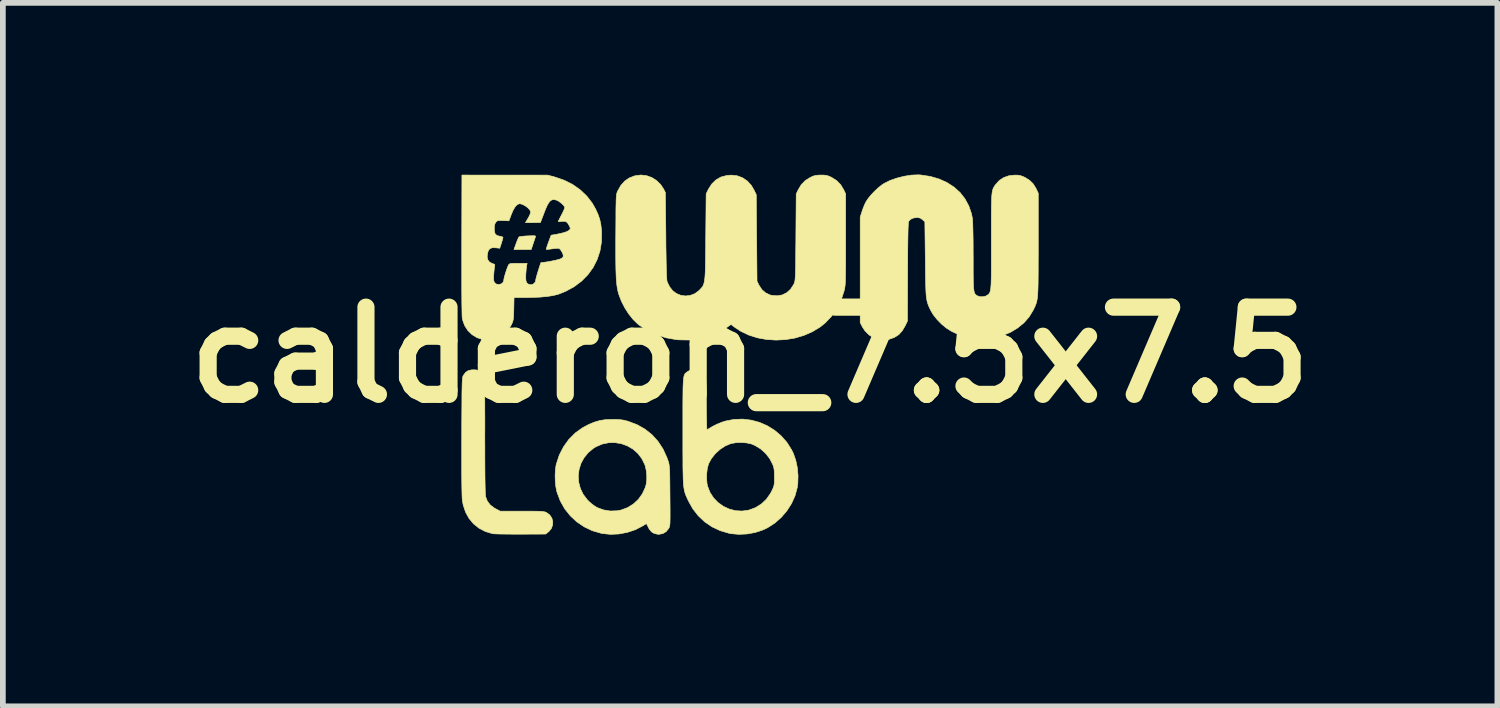
<source format=kicad_pcb>
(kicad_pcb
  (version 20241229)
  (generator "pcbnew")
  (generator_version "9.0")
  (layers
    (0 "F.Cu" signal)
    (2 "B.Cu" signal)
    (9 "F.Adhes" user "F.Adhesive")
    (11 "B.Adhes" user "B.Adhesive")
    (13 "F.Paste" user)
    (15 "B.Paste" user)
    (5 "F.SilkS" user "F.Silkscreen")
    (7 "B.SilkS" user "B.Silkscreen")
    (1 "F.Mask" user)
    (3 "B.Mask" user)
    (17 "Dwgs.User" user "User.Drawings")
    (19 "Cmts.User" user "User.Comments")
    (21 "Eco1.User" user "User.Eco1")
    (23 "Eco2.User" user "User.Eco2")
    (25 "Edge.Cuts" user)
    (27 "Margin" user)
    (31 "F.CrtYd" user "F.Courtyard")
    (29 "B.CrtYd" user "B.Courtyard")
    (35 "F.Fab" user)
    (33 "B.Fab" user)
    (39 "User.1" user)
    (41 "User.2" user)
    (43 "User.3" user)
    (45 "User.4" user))
  (footprint "calderon_7.5x7.5"
    (layer "F.Cu")
    (at 10.058 3.152)
    (property "Reference" "calderon_7.5x7.5" (at 0 0 0) (layer "F.SilkS") (effects (font (size 1.524 1.524) (thickness 0.3))))
    (attr through_hole)
    (fp_poly (pts (xy -3.758 -2.08) (xy -3.749 -2.075) (xy -3.749 -2.069) (xy -3.756 -2.049) (xy -3.768 -2.012) (xy -3.784 -1.965) (xy -3.79 -1.946) (xy -3.825 -1.841) (xy -4.127 -1.841) (xy -4.089 -1.946) (xy -4.071 -1.994) (xy -4.054 -2.034) (xy -4.042 -2.058) (xy -4.04 -2.061) (xy -4.023 -2.067) (xy -3.986 -2.072) (xy -3.936 -2.077) (xy -3.885 -2.08) (xy -3.822 -2.082) (xy -3.781 -2.083) (xy -3.758 -2.08)) (stroke (width 0.01) (type solid)) (fill yes) (layer "F.SilkS"))
    (fp_poly (pts (xy -4.782 0.263) (xy -4.744 0.273) (xy -4.716 0.289) (xy -4.702 0.299) (xy -4.689 0.308) (xy -4.679 0.318) (xy -4.669 0.331) (xy -4.661 0.348) (xy -4.655 0.371) (xy -4.65 0.401) (xy -4.645 0.441) (xy -4.642 0.492) (xy -4.639 0.556) (xy -4.638 0.634) (xy -4.637 0.728) (xy -4.636 0.84) (xy -4.636 0.971) (xy -4.635 1.124) (xy -4.635 1.299) (xy -4.636 1.408) (xy -4.635 1.625) (xy -4.635 1.817) (xy -4.634 1.985) (xy -4.633 2.127) (xy -4.631 2.246) (xy -4.629 2.34) (xy -4.627 2.41) (xy -4.624 2.456) (xy -4.622 2.476) (xy -4.592 2.555) (xy -4.54 2.623) (xy -4.466 2.678) (xy -4.446 2.689) (xy -4.367 2.731) (xy -3.986 2.731) (xy -3.877 2.731) (xy -3.791 2.731) (xy -3.723 2.732) (xy -3.672 2.733) (xy -3.634 2.736) (xy -3.606 2.739) (xy -3.585 2.744) (xy -3.569 2.75) (xy -3.555 2.756) (xy -3.501 2.797) (xy -3.465 2.85) (xy -3.448 2.91) (xy -3.451 2.973) (xy -3.473 3.034) (xy -3.516 3.086) (xy -3.528 3.096) (xy -3.573 3.131) (xy -4.012 3.133) (xy -4.118 3.133) (xy -4.217 3.132) (xy -4.307 3.131) (xy -4.384 3.13) (xy -4.445 3.128) (xy -4.486 3.126) (xy -4.502 3.124) (xy -4.627 3.086) (xy -4.738 3.028) (xy -4.834 2.951) (xy -4.913 2.856) (xy -4.973 2.746) (xy -5.014 2.621) (xy -5.029 2.54) (xy -5.032 2.504) (xy -5.034 2.447) (xy -5.036 2.366) (xy -5.038 2.263) (xy -5.039 2.137) (xy -5.04 1.986) (xy -5.04 1.812) (xy -5.04 1.613) (xy -5.039 1.416) (xy -5.039 1.232) (xy -5.038 1.071) (xy -5.037 0.932) (xy -5.036 0.813) (xy -5.036 0.713) (xy -5.035 0.63) (xy -5.033 0.562) (xy -5.032 0.507) (xy -5.03 0.465) (xy -5.028 0.432) (xy -5.025 0.407) (xy -5.023 0.389) (xy -5.019 0.376) (xy -5.015 0.366) (xy -5.011 0.358) (xy -5.01 0.357) (xy -4.972 0.306) (xy -4.927 0.275) (xy -4.87 0.262) (xy -4.835 0.26) (xy -4.782 0.263)) (stroke (width 0.01) (type solid)) (fill yes) (layer "F.SilkS"))
    (fp_poly (pts (xy -2.318 1.128) (xy -2.259 1.133) (xy -2.206 1.141) (xy -2.15 1.155) (xy -2.127 1.162) (xy -1.974 1.22) (xy -1.836 1.298) (xy -1.714 1.395) (xy -1.609 1.511) (xy -1.521 1.646) (xy -1.452 1.797) (xy -1.434 1.848) (xy -1.426 1.871) (xy -1.42 1.893) (xy -1.416 1.916) (xy -1.412 1.945) (xy -1.409 1.981) (xy -1.406 2.026) (xy -1.404 2.085) (xy -1.403 2.158) (xy -1.402 2.25) (xy -1.401 2.362) (xy -1.4 2.461) (xy -1.399 2.59) (xy -1.398 2.696) (xy -1.398 2.782) (xy -1.398 2.85) (xy -1.399 2.902) (xy -1.4 2.942) (xy -1.403 2.971) (xy -1.406 2.992) (xy -1.411 3.008) (xy -1.416 3.021) (xy -1.423 3.034) (xy -1.423 3.034) (xy -1.467 3.088) (xy -1.525 3.123) (xy -1.593 3.135) (xy -1.615 3.134) (xy -1.677 3.12) (xy -1.724 3.091) (xy -1.763 3.043) (xy -1.778 3.013) (xy -1.811 2.948) (xy -1.874 2.987) (xy -2.003 3.054) (xy -2.143 3.101) (xy -2.29 3.129) (xy -2.438 3.136) (xy -2.581 3.122) (xy -2.603 3.117) (xy -2.758 3.072) (xy -2.9 3.004) (xy -3.029 2.917) (xy -3.142 2.812) (xy -3.239 2.69) (xy -3.316 2.554) (xy -3.373 2.404) (xy -3.38 2.377) (xy -3.396 2.295) (xy -3.405 2.199) (xy -3.407 2.114) (xy -3.002 2.114) (xy -2.995 2.225) (xy -2.966 2.334) (xy -2.917 2.436) (xy -2.846 2.53) (xy -2.815 2.562) (xy -2.769 2.602) (xy -2.721 2.638) (xy -2.679 2.664) (xy -2.672 2.668) (xy -2.56 2.709) (xy -2.442 2.728) (xy -2.324 2.724) (xy -2.255 2.711) (xy -2.142 2.669) (xy -2.041 2.606) (xy -1.953 2.525) (xy -1.883 2.428) (xy -1.833 2.32) (xy -1.816 2.262) (xy -1.806 2.188) (xy -1.806 2.101) (xy -1.816 2.013) (xy -1.834 1.934) (xy -1.841 1.915) (xy -1.894 1.809) (xy -1.964 1.719) (xy -2.049 1.645) (xy -2.146 1.589) (xy -2.251 1.551) (xy -2.361 1.533) (xy -2.473 1.535) (xy -2.584 1.558) (xy -2.692 1.604) (xy -2.736 1.631) (xy -2.829 1.708) (xy -2.902 1.798) (xy -2.956 1.897) (xy -2.989 2.004) (xy -3.002 2.114) (xy -3.407 2.114) (xy -3.407 2.099) (xy -3.402 2.004) (xy -3.39 1.922) (xy -3.386 1.907) (xy -3.333 1.747) (xy -3.259 1.604) (xy -3.167 1.476) (xy -3.056 1.365) (xy -2.928 1.273) (xy -2.817 1.214) (xy -2.719 1.174) (xy -2.627 1.147) (xy -2.532 1.132) (xy -2.424 1.127) (xy -2.394 1.127) (xy -2.318 1.128)) (stroke (width 0.01) (type solid)) (fill yes) (layer "F.SilkS"))
    (fp_poly (pts (xy -0.92 0.263) (xy -0.882 0.274) (xy -0.854 0.29) (xy -0.833 0.306) (xy -0.815 0.321) (xy -0.801 0.338) (xy -0.79 0.36) (xy -0.782 0.39) (xy -0.776 0.429) (xy -0.772 0.481) (xy -0.769 0.549) (xy -0.767 0.634) (xy -0.765 0.74) (xy -0.764 0.854) (xy -0.763 0.959) (xy -0.762 1.055) (xy -0.76 1.139) (xy -0.759 1.21) (xy -0.757 1.263) (xy -0.755 1.297) (xy -0.754 1.308) (xy -0.74 1.302) (xy -0.715 1.285) (xy -0.713 1.284) (xy -0.653 1.248) (xy -0.578 1.211) (xy -0.498 1.178) (xy -0.431 1.156) (xy -0.28 1.127) (xy -0.129 1.122) (xy 0.02 1.14) (xy 0.165 1.179) (xy 0.302 1.239) (xy 0.429 1.318) (xy 0.543 1.415) (xy 0.643 1.528) (xy 0.725 1.658) (xy 0.756 1.721) (xy 0.798 1.841) (xy 0.826 1.974) (xy 0.838 2.112) (xy 0.834 2.247) (xy 0.824 2.319) (xy 0.786 2.46) (xy 0.725 2.596) (xy 0.644 2.723) (xy 0.546 2.838) (xy 0.433 2.938) (xy 0.308 3.019) (xy 0.224 3.059) (xy 0.091 3.103) (xy -0.052 3.129) (xy -0.195 3.136) (xy -0.333 3.124) (xy -0.368 3.117) (xy -0.522 3.072) (xy -0.665 3.005) (xy -0.794 2.917) (xy -0.907 2.81) (xy -1.003 2.686) (xy -1.077 2.553) (xy -1.095 2.515) (xy -1.11 2.481) (xy -1.124 2.45) (xy -1.135 2.418) (xy -1.145 2.386) (xy -1.152 2.349) (xy -1.159 2.307) (xy -1.164 2.257) (xy -1.168 2.198) (xy -1.169 2.165) (xy -0.76 2.165) (xy -0.752 2.253) (xy -0.743 2.294) (xy -0.701 2.402) (xy -0.639 2.498) (xy -0.561 2.579) (xy -0.469 2.645) (xy -0.366 2.693) (xy -0.256 2.722) (xy -0.142 2.729) (xy -0.027 2.713) (xy -0.022 2.712) (xy 0.095 2.669) (xy 0.198 2.604) (xy 0.286 2.521) (xy 0.358 2.418) (xy 0.378 2.379) (xy 0.399 2.335) (xy 0.412 2.301) (xy 0.42 2.268) (xy 0.424 2.23) (xy 0.425 2.18) (xy 0.425 2.134) (xy 0.424 2.064) (xy 0.421 2.013) (xy 0.415 1.973) (xy 0.404 1.936) (xy 0.395 1.914) (xy 0.342 1.811) (xy 0.269 1.719) (xy 0.182 1.641) (xy 0.084 1.582) (xy 0.019 1.555) (xy -0.061 1.538) (xy -0.153 1.531) (xy -0.246 1.534) (xy -0.33 1.549) (xy -0.345 1.553) (xy -0.438 1.593) (xy -0.527 1.652) (xy -0.608 1.726) (xy -0.675 1.81) (xy -0.723 1.898) (xy -0.726 1.904) (xy -0.747 1.981) (xy -0.758 2.071) (xy -0.76 2.165) (xy -1.169 2.165) (xy -1.17 2.128) (xy -1.172 2.044) (xy -1.174 1.944) (xy -1.174 1.827) (xy -1.175 1.691) (xy -1.175 1.533) (xy -1.175 1.353) (xy -1.175 1.333) (xy -1.175 1.152) (xy -1.175 0.995) (xy -1.175 0.86) (xy -1.174 0.744) (xy -1.173 0.647) (xy -1.172 0.567) (xy -1.169 0.501) (xy -1.166 0.449) (xy -1.162 0.408) (xy -1.156 0.376) (xy -1.15 0.353) (xy -1.141 0.335) (xy -1.132 0.322) (xy -1.12 0.312) (xy -1.106 0.302) (xy -1.091 0.291) (xy -1.089 0.29) (xy -1.056 0.271) (xy -1.017 0.262) (xy -0.972 0.26) (xy -0.92 0.263)) (stroke (width 0.01) (type solid)) (fill yes) (layer "F.SilkS"))
    (fp_poly (pts (xy 2.984 -3.144) (xy 3.15 -3.119) (xy 3.303 -3.074) (xy 3.441 -3.012) (xy 3.563 -2.933) (xy 3.669 -2.838) (xy 3.755 -2.728) (xy 3.822 -2.604) (xy 3.869 -2.468) (xy 3.886 -2.379) (xy 3.889 -2.348) (xy 3.891 -2.295) (xy 3.893 -2.223) (xy 3.895 -2.134) (xy 3.897 -2.032) (xy 3.898 -1.92) (xy 3.898 -1.801) (xy 3.899 -1.711) (xy 3.899 -1.568) (xy 3.899 -1.449) (xy 3.9 -1.351) (xy 3.901 -1.271) (xy 3.904 -1.208) (xy 3.907 -1.159) (xy 3.912 -1.122) (xy 3.918 -1.094) (xy 3.926 -1.074) (xy 3.936 -1.06) (xy 3.948 -1.048) (xy 3.963 -1.037) (xy 3.965 -1.036) (xy 4.007 -1.019) (xy 4.059 -1.016) (xy 4.111 -1.025) (xy 4.146 -1.044) (xy 4.16 -1.054) (xy 4.172 -1.065) (xy 4.182 -1.077) (xy 4.19 -1.093) (xy 4.197 -1.115) (xy 4.203 -1.144) (xy 4.207 -1.181) (xy 4.211 -1.23) (xy 4.213 -1.292) (xy 4.215 -1.369) (xy 4.216 -1.462) (xy 4.216 -1.574) (xy 4.216 -1.706) (xy 4.216 -1.86) (xy 4.216 -1.986) (xy 4.216 -2.157) (xy 4.216 -2.304) (xy 4.216 -2.43) (xy 4.217 -2.536) (xy 4.218 -2.625) (xy 4.22 -2.699) (xy 4.222 -2.758) (xy 4.226 -2.806) (xy 4.231 -2.844) (xy 4.237 -2.875) (xy 4.244 -2.899) (xy 4.253 -2.92) (xy 4.264 -2.939) (xy 4.276 -2.958) (xy 4.288 -2.974) (xy 4.353 -3.047) (xy 4.434 -3.1) (xy 4.527 -3.132) (xy 4.623 -3.142) (xy 4.679 -3.141) (xy 4.722 -3.134) (xy 4.765 -3.119) (xy 4.803 -3.102) (xy 4.882 -3.053) (xy 4.944 -2.993) (xy 4.993 -2.916) (xy 5.003 -2.896) (xy 5.036 -2.826) (xy 5.036 -1.93) (xy 5.036 -1.751) (xy 5.035 -1.595) (xy 5.035 -1.461) (xy 5.034 -1.345) (xy 5.033 -1.248) (xy 5.031 -1.166) (xy 5.028 -1.098) (xy 5.025 -1.041) (xy 5.02 -0.993) (xy 5.013 -0.954) (xy 5.006 -0.92) (xy 4.996 -0.89) (xy 4.985 -0.861) (xy 4.972 -0.832) (xy 4.957 -0.801) (xy 4.947 -0.781) (xy 4.876 -0.664) (xy 4.785 -0.56) (xy 4.676 -0.471) (xy 4.552 -0.396) (xy 4.415 -0.339) (xy 4.269 -0.3) (xy 4.115 -0.281) (xy 4.051 -0.28) (xy 3.898 -0.289) (xy 3.752 -0.32) (xy 3.606 -0.372) (xy 3.524 -0.41) (xy 3.435 -0.465) (xy 3.347 -0.537) (xy 3.267 -0.619) (xy 3.199 -0.705) (xy 3.158 -0.775) (xy 3.139 -0.814) (xy 3.123 -0.849) (xy 3.11 -0.882) (xy 3.099 -0.915) (xy 3.09 -0.952) (xy 3.083 -0.995) (xy 3.077 -1.045) (xy 3.073 -1.106) (xy 3.07 -1.18) (xy 3.067 -1.27) (xy 3.065 -1.377) (xy 3.064 -1.504) (xy 3.062 -1.654) (xy 3.062 -1.674) (xy 3.054 -2.326) (xy 3.013 -2.363) (xy 2.977 -2.389) (xy 2.939 -2.399) (xy 2.913 -2.4) (xy 2.853 -2.392) (xy 2.804 -2.369) (xy 2.771 -2.334) (xy 2.77 -2.331) (xy 2.767 -2.313) (xy 2.764 -2.269) (xy 2.761 -2.201) (xy 2.759 -2.108) (xy 2.757 -1.99) (xy 2.755 -1.847) (xy 2.754 -1.679) (xy 2.753 -1.485) (xy 2.753 -1.448) (xy 2.75 -0.591) (xy 2.71 -0.508) (xy 2.658 -0.42) (xy 2.597 -0.353) (xy 2.521 -0.305) (xy 2.433 -0.274) (xy 2.38 -0.261) (xy 2.341 -0.257) (xy 2.302 -0.259) (xy 2.252 -0.267) (xy 2.159 -0.298) (xy 2.076 -0.351) (xy 2.006 -0.422) (xy 1.961 -0.491) (xy 1.924 -0.565) (xy 1.924 -2.407) (xy 1.954 -2.502) (xy 1.975 -2.562) (xy 2 -2.625) (xy 2.024 -2.673) (xy 2.059 -2.728) (xy 2.11 -2.791) (xy 2.171 -2.856) (xy 2.236 -2.917) (xy 2.299 -2.968) (xy 2.341 -2.996) (xy 2.445 -3.048) (xy 2.565 -3.09) (xy 2.693 -3.122) (xy 2.82 -3.142) (xy 2.939 -3.147) (xy 2.984 -3.144)) (stroke (width 0.01) (type solid)) (fill yes) (layer "F.SilkS"))
    (fp_poly (pts (xy -1.811 -3.133) (xy -1.718 -3.1) (xy -1.634 -3.047) (xy -1.562 -2.976) (xy -1.513 -2.902) (xy -1.48 -2.838) (xy -1.472 -2.083) (xy -1.471 -1.899) (xy -1.468 -1.741) (xy -1.466 -1.607) (xy -1.463 -1.496) (xy -1.461 -1.409) (xy -1.457 -1.345) (xy -1.454 -1.304) (xy -1.451 -1.285) (xy -1.435 -1.248) (xy -1.413 -1.204) (xy -1.404 -1.187) (xy -1.351 -1.12) (xy -1.284 -1.071) (xy -1.208 -1.041) (xy -1.127 -1.03) (xy -1.046 -1.04) (xy -0.968 -1.069) (xy -0.898 -1.12) (xy -0.888 -1.13) (xy -0.867 -1.151) (xy -0.849 -1.171) (xy -0.833 -1.19) (xy -0.821 -1.212) (xy -0.81 -1.238) (xy -0.802 -1.27) (xy -0.795 -1.31) (xy -0.789 -1.36) (xy -0.785 -1.423) (xy -0.782 -1.5) (xy -0.78 -1.594) (xy -0.779 -1.706) (xy -0.777 -1.838) (xy -0.776 -1.993) (xy -0.775 -2.064) (xy -0.768 -2.814) (xy -0.727 -2.898) (xy -0.669 -2.988) (xy -0.597 -3.058) (xy -0.51 -3.108) (xy -0.41 -3.135) (xy -0.33 -3.142) (xy -0.227 -3.131) (xy -0.133 -3.096) (xy -0.05 -3.04) (xy 0.02 -2.964) (xy 0.068 -2.883) (xy 0.108 -2.8) (xy 0.121 -1.289) (xy 0.157 -1.216) (xy 0.207 -1.14) (xy 0.273 -1.083) (xy 0.352 -1.047) (xy 0.377 -1.041) (xy 0.473 -1.033) (xy 0.561 -1.048) (xy 0.639 -1.086) (xy 0.706 -1.146) (xy 0.759 -1.226) (xy 0.765 -1.238) (xy 0.771 -1.252) (xy 0.776 -1.265) (xy 0.78 -1.281) (xy 0.784 -1.3) (xy 0.787 -1.326) (xy 0.789 -1.36) (xy 0.792 -1.404) (xy 0.793 -1.46) (xy 0.795 -1.531) (xy 0.796 -1.618) (xy 0.797 -1.724) (xy 0.798 -1.85) (xy 0.8 -1.999) (xy 0.8 -2.057) (xy 0.806 -2.813) (xy 0.84 -2.884) (xy 0.895 -2.976) (xy 0.966 -3.048) (xy 1.051 -3.101) (xy 1.098 -3.123) (xy 1.138 -3.135) (xy 1.182 -3.141) (xy 1.237 -3.143) (xy 1.293 -3.142) (xy 1.335 -3.137) (xy 1.373 -3.125) (xy 1.419 -3.105) (xy 1.424 -3.102) (xy 1.513 -3.046) (xy 1.584 -2.973) (xy 1.637 -2.884) (xy 1.67 -2.813) (xy 1.67 -2.019) (xy 1.67 -1.857) (xy 1.67 -1.719) (xy 1.67 -1.602) (xy 1.669 -1.503) (xy 1.668 -1.422) (xy 1.667 -1.355) (xy 1.666 -1.301) (xy 1.664 -1.258) (xy 1.661 -1.223) (xy 1.658 -1.194) (xy 1.654 -1.17) (xy 1.65 -1.147) (xy 1.644 -1.125) (xy 1.642 -1.115) (xy 1.589 -0.954) (xy 1.515 -0.806) (xy 1.423 -0.674) (xy 1.312 -0.558) (xy 1.225 -0.488) (xy 1.088 -0.405) (xy 0.939 -0.34) (xy 0.782 -0.294) (xy 0.619 -0.267) (xy 0.454 -0.259) (xy 0.29 -0.269) (xy 0.13 -0.298) (xy -0.022 -0.346) (xy -0.163 -0.413) (xy -0.265 -0.48) (xy -0.334 -0.532) (xy -0.411 -0.477) (xy -0.558 -0.389) (xy -0.716 -0.323) (xy -0.883 -0.28) (xy -1.06 -0.26) (xy -1.244 -0.263) (xy -1.289 -0.267) (xy -1.464 -0.298) (xy -1.631 -0.35) (xy -1.788 -0.423) (xy -1.93 -0.515) (xy -1.965 -0.542) (xy -2.043 -0.618) (xy -2.119 -0.713) (xy -2.189 -0.821) (xy -2.247 -0.934) (xy -2.291 -1.048) (xy -2.299 -1.073) (xy -2.31 -1.115) (xy -2.319 -1.159) (xy -2.327 -1.209) (xy -2.333 -1.265) (xy -2.339 -1.33) (xy -2.342 -1.406) (xy -2.345 -1.496) (xy -2.347 -1.601) (xy -2.348 -1.724) (xy -2.348 -1.867) (xy -2.348 -2.033) (xy -2.347 -2.115) (xy -2.346 -2.264) (xy -2.345 -2.39) (xy -2.345 -2.495) (xy -2.344 -2.581) (xy -2.342 -2.651) (xy -2.341 -2.706) (xy -2.339 -2.749) (xy -2.336 -2.781) (xy -2.333 -2.806) (xy -2.329 -2.825) (xy -2.324 -2.84) (xy -2.319 -2.854) (xy -2.314 -2.864) (xy -2.259 -2.961) (xy -2.192 -3.037) (xy -2.113 -3.092) (xy -2.017 -3.129) (xy -2.008 -3.131) (xy -1.909 -3.144) (xy -1.811 -3.133)) (stroke (width 0.01) (type solid)) (fill yes) (layer "F.SilkS"))
    (fp_poly (pts (xy -3.537 -3.142) (xy -3.414 -3.109) (xy -3.25 -3.053) (xy -3.101 -2.978) (xy -2.969 -2.885) (xy -2.854 -2.776) (xy -2.758 -2.652) (xy -2.698 -2.546) (xy -2.657 -2.455) (xy -2.628 -2.372) (xy -2.609 -2.287) (xy -2.598 -2.191) (xy -2.595 -2.144) (xy -2.597 -1.976) (xy -2.623 -1.817) (xy -2.672 -1.668) (xy -2.742 -1.529) (xy -2.833 -1.403) (xy -2.943 -1.291) (xy -3.072 -1.194) (xy -3.219 -1.113) (xy -3.34 -1.064) (xy -3.433 -1.039) (xy -3.546 -1.021) (xy -3.68 -1.009) (xy -3.837 -1.004) (xy -3.888 -1.003) (xy -4.125 -1.003) (xy -4.129 -0.803) (xy -4.131 -0.727) (xy -4.133 -0.671) (xy -4.137 -0.63) (xy -4.143 -0.599) (xy -4.151 -0.571) (xy -4.164 -0.542) (xy -4.176 -0.518) (xy -4.231 -0.432) (xy -4.303 -0.36) (xy -4.388 -0.306) (xy -4.481 -0.272) (xy -4.578 -0.258) (xy -4.668 -0.267) (xy -4.77 -0.3) (xy -4.859 -0.354) (xy -4.933 -0.426) (xy -4.989 -0.514) (xy -5.025 -0.614) (xy -5.029 -0.636) (xy -5.032 -0.662) (xy -5.034 -0.712) (xy -5.035 -0.787) (xy -5.037 -0.885) (xy -5.038 -1.005) (xy -5.039 -1.148) (xy -5.039 -1.312) (xy -5.039 -1.496) (xy -5.039 -1.701) (xy -5.039 -1.719) (xy -4.595 -1.719) (xy -4.584 -1.663) (xy -4.553 -1.622) (xy -4.502 -1.596) (xy -4.492 -1.593) (xy -4.466 -1.583) (xy -4.461 -1.566) (xy -4.463 -1.557) (xy -4.467 -1.533) (xy -4.472 -1.491) (xy -4.477 -1.438) (xy -4.479 -1.414) (xy -4.482 -1.355) (xy -4.482 -1.315) (xy -4.477 -1.288) (xy -4.467 -1.267) (xy -4.466 -1.264) (xy -4.437 -1.239) (xy -4.399 -1.231) (xy -4.361 -1.237) (xy -4.328 -1.255) (xy -4.308 -1.285) (xy -4.305 -1.303) (xy -4.301 -1.332) (xy -4.29 -1.377) (xy -4.274 -1.43) (xy -4.257 -1.484) (xy -4.239 -1.532) (xy -4.225 -1.566) (xy -4.221 -1.572) (xy -4.212 -1.584) (xy -4.2 -1.592) (xy -4.179 -1.597) (xy -4.146 -1.599) (xy -4.096 -1.6) (xy -4.05 -1.6) (xy -3.896 -1.6) (xy -3.904 -1.565) (xy -3.908 -1.537) (xy -3.913 -1.491) (xy -3.917 -1.437) (xy -3.919 -1.416) (xy -3.921 -1.344) (xy -3.916 -1.292) (xy -3.902 -1.259) (xy -3.879 -1.239) (xy -3.854 -1.231) (xy -3.82 -1.227) (xy -3.794 -1.236) (xy -3.769 -1.255) (xy -3.751 -1.282) (xy -3.747 -1.304) (xy -3.743 -1.328) (xy -3.732 -1.37) (xy -3.717 -1.423) (xy -3.702 -1.473) (xy -3.657 -1.611) (xy -3.597 -1.619) (xy -3.532 -1.628) (xy -3.464 -1.641) (xy -3.4 -1.654) (xy -3.345 -1.668) (xy -3.307 -1.681) (xy -3.299 -1.684) (xy -3.272 -1.706) (xy -3.264 -1.728) (xy -3.271 -1.762) (xy -3.289 -1.801) (xy -3.312 -1.836) (xy -3.335 -1.858) (xy -3.34 -1.861) (xy -3.365 -1.863) (xy -3.406 -1.86) (xy -3.455 -1.854) (xy -3.461 -1.853) (xy -3.507 -1.847) (xy -3.543 -1.843) (xy -3.561 -1.843) (xy -3.562 -1.843) (xy -3.56 -1.857) (xy -3.551 -1.889) (xy -3.536 -1.934) (xy -3.522 -1.971) (xy -3.477 -2.092) (xy -3.393 -2.106) (xy -3.305 -2.124) (xy -3.234 -2.143) (xy -3.183 -2.165) (xy -3.157 -2.183) (xy -3.144 -2.2) (xy -3.143 -2.216) (xy -3.153 -2.241) (xy -3.16 -2.257) (xy -3.187 -2.302) (xy -3.212 -2.326) (xy -3.245 -2.335) (xy -3.29 -2.333) (xy -3.326 -2.33) (xy -3.348 -2.33) (xy -3.353 -2.331) (xy -3.347 -2.344) (xy -3.332 -2.375) (xy -3.311 -2.417) (xy -3.296 -2.445) (xy -3.271 -2.494) (xy -3.252 -2.537) (xy -3.24 -2.566) (xy -3.239 -2.574) (xy -3.248 -2.598) (xy -3.274 -2.628) (xy -3.31 -2.66) (xy -3.348 -2.687) (xy -3.384 -2.705) (xy -3.384 -2.705) (xy -3.424 -2.714) (xy -3.457 -2.711) (xy -3.488 -2.695) (xy -3.516 -2.662) (xy -3.546 -2.611) (xy -3.577 -2.54) (xy -3.608 -2.46) (xy -3.664 -2.312) (xy -3.926 -2.311) (xy -3.901 -2.353) (xy -3.865 -2.415) (xy -3.844 -2.46) (xy -3.836 -2.493) (xy -3.835 -2.497) (xy -3.846 -2.528) (xy -3.875 -2.562) (xy -3.915 -2.595) (xy -3.961 -2.622) (xy -4.006 -2.639) (xy -4.029 -2.642) (xy -4.066 -2.629) (xy -4.103 -2.592) (xy -4.14 -2.53) (xy -4.172 -2.456) (xy -4.214 -2.343) (xy -4.316 -2.347) (xy -4.367 -2.348) (xy -4.399 -2.347) (xy -4.419 -2.341) (xy -4.434 -2.328) (xy -4.444 -2.317) (xy -4.46 -2.288) (xy -4.468 -2.252) (xy -4.47 -2.204) (xy -4.466 -2.146) (xy -4.451 -2.109) (xy -4.421 -2.086) (xy -4.374 -2.074) (xy -4.37 -2.074) (xy -4.338 -2.066) (xy -4.319 -2.057) (xy -4.318 -2.053) (xy -4.322 -2.035) (xy -4.331 -2.001) (xy -4.345 -1.956) (xy -4.346 -1.952) (xy -4.375 -1.864) (xy -4.445 -1.872) (xy -4.503 -1.873) (xy -4.544 -1.859) (xy -4.571 -1.828) (xy -4.585 -1.789) (xy -4.595 -1.719) (xy -5.039 -1.719) (xy -5.039 -1.924) (xy -5.036 -3.143) (xy -3.537 -3.142)) (stroke (width 0.01) (type solid)) (fill yes) (layer "F.SilkS")))
  (gr_rect
    (start -3 -3)
    (end 23.117 9.293)
    (stroke (width 0.1) (type default))
    (fill no)
    (layer "Edge.Cuts")))
</source>
